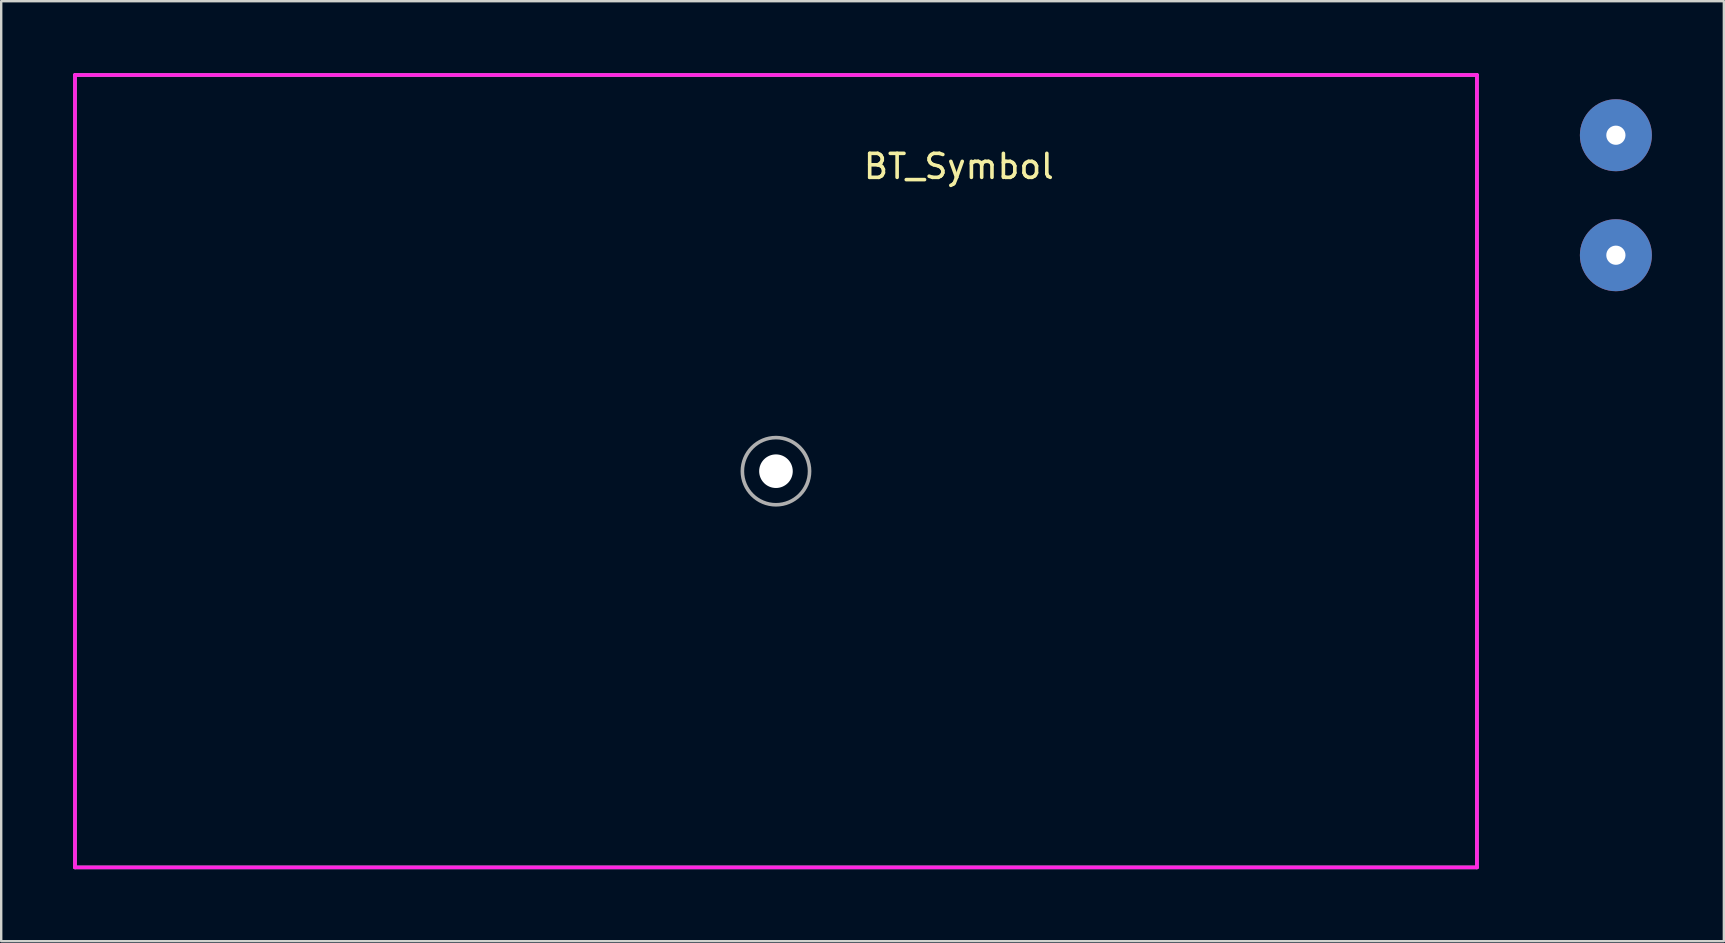
<source format=kicad_pcb>
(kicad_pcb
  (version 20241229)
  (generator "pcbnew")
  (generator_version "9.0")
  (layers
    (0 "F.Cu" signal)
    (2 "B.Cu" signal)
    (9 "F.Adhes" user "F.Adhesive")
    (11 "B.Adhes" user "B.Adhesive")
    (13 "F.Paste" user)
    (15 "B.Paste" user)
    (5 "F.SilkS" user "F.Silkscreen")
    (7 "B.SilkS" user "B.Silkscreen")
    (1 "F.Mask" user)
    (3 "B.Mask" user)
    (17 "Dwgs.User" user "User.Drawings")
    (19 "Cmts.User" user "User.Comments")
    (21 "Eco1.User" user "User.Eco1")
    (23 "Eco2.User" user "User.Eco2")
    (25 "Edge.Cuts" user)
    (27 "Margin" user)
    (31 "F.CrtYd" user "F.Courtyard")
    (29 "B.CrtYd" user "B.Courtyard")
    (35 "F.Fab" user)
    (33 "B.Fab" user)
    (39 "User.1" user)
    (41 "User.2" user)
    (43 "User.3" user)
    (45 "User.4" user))
  (footprint "BT_Symbol"
    (layer "F.Cu")
    (at 29.285 16.585)
    (property "Reference" "BT_Symbol" (at 7.62 -12.7 0) (layer "F.SilkS") (effects (font (size 1 1) (thickness 0.15))))
    (attr through_hole)
    (fp_line (start -29.21 -16.51) (end -29.21 16.51) (stroke (width 0.15) (type solid)) (layer "F.CrtYd"))
    (fp_line (start -29.21 16.51) (end 29.21 16.51) (stroke (width 0.15) (type solid)) (layer "F.CrtYd"))
    (fp_line (start 29.21 -16.51) (end -29.21 -16.51) (stroke (width 0.15) (type solid)) (layer "F.CrtYd"))
    (fp_line (start 29.21 16.51) (end 29.21 -16.51) (stroke (width 0.15) (type solid)) (layer "F.CrtYd"))
    (fp_line (start -29.21 -16.51) (end -29.21 16.51) (stroke (width 0.15) (type solid)) (layer "F.Fab"))
    (fp_line (start -29.21 16.51) (end 29.21 16.51) (stroke (width 0.15) (type solid)) (layer "F.Fab"))
    (fp_line (start 29.21 -16.51) (end -29.21 -16.51) (stroke (width 0.15) (type solid)) (layer "F.Fab"))
    (fp_line (start 29.21 16.51) (end 29.21 -16.51) (stroke (width 0.15) (type solid)) (layer "F.Fab"))
    (fp_circle (center 0 0) (end 1.4 0) (stroke (width 0.15) (type solid)) (fill no) (layer "F.Fab"))
    (pad "" np_thru_hole circle (at 0 0) (size 1.4 1.4) (drill 1.4) (layers "*.Cu" "*.Mask"))
    (pad "1" thru_hole circle (at 35 -14) (size 3 3) (drill 0.8) (layers "*.Cu" "*.Mask"))
    (pad "2" thru_hole circle (at 35 -9) (size 3 3) (drill 0.8) (layers "*.Cu" "*.Mask")))
  (gr_rect
    (start -3 -3)
    (end 68.785 36.17)
    (stroke (width 0.1) (type default))
    (fill no)
    (layer "Edge.Cuts")))
</source>
